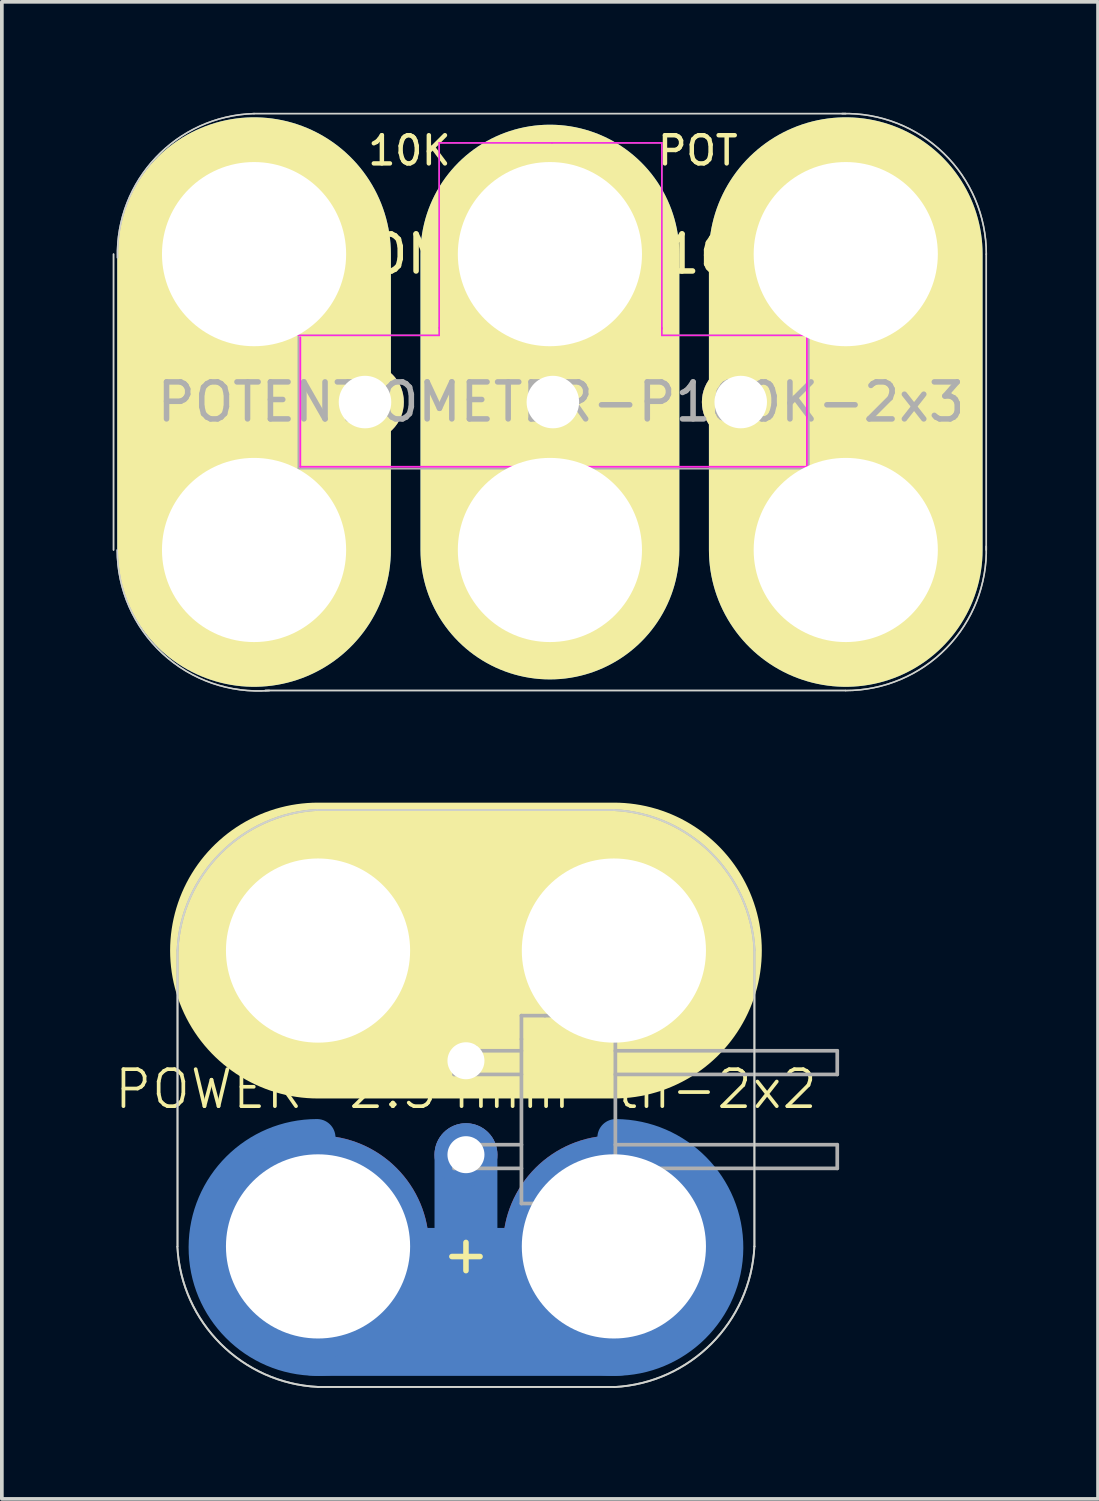
<source format=kicad_pcb>
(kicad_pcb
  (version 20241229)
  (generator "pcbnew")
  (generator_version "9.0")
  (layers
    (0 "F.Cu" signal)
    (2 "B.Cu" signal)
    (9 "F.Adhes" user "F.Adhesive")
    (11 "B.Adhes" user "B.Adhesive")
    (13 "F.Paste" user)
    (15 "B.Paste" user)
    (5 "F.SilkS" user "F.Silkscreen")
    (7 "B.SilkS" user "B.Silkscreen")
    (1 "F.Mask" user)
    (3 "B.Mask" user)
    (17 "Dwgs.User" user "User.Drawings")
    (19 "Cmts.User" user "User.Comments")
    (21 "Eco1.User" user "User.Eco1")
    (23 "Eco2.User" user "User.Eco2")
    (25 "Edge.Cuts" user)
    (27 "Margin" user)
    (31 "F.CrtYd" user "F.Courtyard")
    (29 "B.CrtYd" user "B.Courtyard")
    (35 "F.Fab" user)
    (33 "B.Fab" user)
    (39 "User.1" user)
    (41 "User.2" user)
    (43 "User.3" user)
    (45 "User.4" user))
  (footprint "POWER-2.54mm-th-2x2"
    (layer "F.Cu")
    (at 9.55 26.904)
    (property "Reference" "POWER-2.54mm-th-2x2" (at 0 -0.5 0) (unlocked yes) (layer "F.SilkS") (effects (font (size 1 1) (thickness 0.1))))
    (attr smd)
    (fp_line (start 0 -1.27) (end 0 -4.25) (stroke (width 1.7) (type default)) (layer "B.Cu"))
    (fp_line (start 0 1.27) (end 0 4.25) (stroke (width 1.7) (type default)) (layer "B.Cu"))
    (fp_line (start 3.988 5.25) (end -3.988 5.25) (stroke (width 4) (type solid)) (layer "B.Cu"))
    (fp_line (start 3.988 -5.75) (end -3.988 -5.75) (stroke (width 4) (type solid)) (layer "B.Cu"))
    (fp_arc (start -4.053492 -1.306291) (mid -6.120548 -6.388509) (end -1.056183 -4.278091) (stroke (width 1) (type solid)) (layer "B.Cu"))
    (fp_arc (start -1.056291 3.803491) (mid -6.138509 5.870548) (end -4.028091 0.806182) (stroke (width 1) (type solid)) (layer "B.Cu"))
    (fp_arc (start 1.05629 -4.247309) (mid 6.138508 -6.314365) (end 4.02809 -1.25) (stroke (width 1) (type solid)) (layer "B.Cu"))
    (fp_arc (start 4.053491 0.806289) (mid 6.120547 5.888509) (end 1.056182 3.778089) (stroke (width 1) (type solid)) (layer "B.Cu"))
    (fp_line (start 4.001 -5.75) (end -3.975 -5.75) (stroke (width 4) (type solid)) (layer "B.Mask"))
    (fp_line (start 4.255 5.223) (end -3.721 5.223) (stroke (width 4) (type solid)) (layer "B.Mask"))
    (fp_arc (start -4.0254 -1.3046) (mid -6.092457 -6.386818) (end -1.028091 -4.2764) (stroke (width 1) (type solid)) (layer "B.Mask"))
    (fp_arc (start -1.0536 3.7754) (mid -6.135818 5.842457) (end -4.0254 0.778091) (stroke (width 1) (type solid)) (layer "B.Mask"))
    (fp_arc (start 1.0292 -4.3018) (mid 6.111418 -6.368857) (end 4.001 -1.304491) (stroke (width 1) (type solid)) (layer "B.Mask"))
    (fp_arc (start 4.001 0.7782) (mid 6.068057 5.860418) (end 1.003691 3.75) (stroke (width 1) (type solid)) (layer "B.Mask"))
    (fp_line (start -4 -4.25) (end 4 -4.25) (stroke (width 8) (type solid)) (layer "F.SilkS"))
    (fp_line (start -1.5 -2.48) (end 1.5 -2.48) (stroke (width 0.15) (type solid)) (layer "F.SilkS"))
    (fp_line (start -7.8 -4.25) (end -7.8 3.75) (stroke (width 0.05) (type solid)) (layer "Edge.Cuts"))
    (fp_line (start -4 -8.05) (end 4 -8.05) (stroke (width 0.05) (type solid)) (layer "Edge.Cuts"))
    (fp_line (start -4 7.55) (end 4 7.55) (stroke (width 0.05) (type solid)) (layer "Edge.Cuts"))
    (fp_line (start 7.8 -4.25) (end 7.8 3.75) (stroke (width 0.05) (type solid)) (layer "Edge.Cuts"))
    (fp_arc (start -7.8 -4.25) (mid -6.636928 -6.881138) (end -4.009972 -8.053625) (stroke (width 0.05) (type solid)) (layer "Edge.Cuts"))
    (fp_arc (start -4 7.55) (mid -6.631138 6.386928) (end -7.803625 3.759972) (stroke (width 0.05) (type solid)) (layer "Edge.Cuts"))
    (fp_arc (start 4 -8.05) (mid 6.631138 -6.886928) (end 7.803625 -4.259972) (stroke (width 0.05) (type solid)) (layer "Edge.Cuts"))
    (fp_arc (start 7.8 3.75) (mid 6.636928 6.381138) (end 4.009972 7.553625) (stroke (width 0.05) (type solid)) (layer "Edge.Cuts"))
    (fp_line (start -7.8 -4.25) (end -7.8 3.75) (stroke (width 0.05) (type solid)) (layer "F.Fab"))
    (fp_line (start -4 -8.05) (end 4 -8.05) (stroke (width 0.05) (type solid)) (layer "F.Fab"))
    (fp_line (start -4 7.55) (end 4 7.55) (stroke (width 0.05) (type solid)) (layer "F.Fab"))
    (fp_line (start -0.32 -1.54) (end -0.32 -0.9) (stroke (width 0.1) (type solid)) (layer "F.Fab"))
    (fp_line (start -0.32 -1.54) (end 1.5 -1.54) (stroke (width 0.1) (type solid)) (layer "F.Fab"))
    (fp_line (start -0.32 -0.9) (end 1.5 -0.9) (stroke (width 0.1) (type solid)) (layer "F.Fab"))
    (fp_line (start -0.32 1) (end -0.32 1.64) (stroke (width 0.1) (type solid)) (layer "F.Fab"))
    (fp_line (start -0.32 1) (end 1.5 1) (stroke (width 0.1) (type solid)) (layer "F.Fab"))
    (fp_line (start -0.32 1.64) (end 1.5 1.64) (stroke (width 0.1) (type solid)) (layer "F.Fab"))
    (fp_line (start 0.25 -1) (end 0.25 -1.64) (stroke (width 0.1) (type solid)) (layer "F.Fab"))
    (fp_line (start 0.25 1.54) (end 0.25 0.9) (stroke (width 0.1) (type solid)) (layer "F.Fab"))
    (fp_line (start 1.5 -1.855) (end 1.5 -2.49) (stroke (width 0.1) (type default)) (layer "F.Fab"))
    (fp_line (start 1.5 2.59) (end 1.5 -1.855) (stroke (width 0.1) (type solid)) (layer "F.Fab"))
    (fp_line (start 1.5 2.59) (end 4.04 2.59) (stroke (width 0.1) (type default)) (layer "F.Fab"))
    (fp_line (start 2.135 -2.49) (end 1.5 -2.49) (stroke (width 0.1) (type default)) (layer "F.Fab"))
    (fp_line (start 2.135 -2.49) (end 4.04 -2.49) (stroke (width 0.1) (type solid)) (layer "F.Fab"))
    (fp_line (start 4.04 -2.49) (end 4.04 2.59) (stroke (width 0.1) (type solid)) (layer "F.Fab"))
    (fp_line (start 4.04 -1.54) (end 10.04 -1.54) (stroke (width 0.1) (type solid)) (layer "F.Fab"))
    (fp_line (start 4.04 -0.9) (end 10.04 -0.9) (stroke (width 0.1) (type solid)) (layer "F.Fab"))
    (fp_line (start 4.04 1) (end 10.04 1) (stroke (width 0.1) (type solid)) (layer "F.Fab"))
    (fp_line (start 4.04 1.64) (end 10.04 1.64) (stroke (width 0.1) (type solid)) (layer "F.Fab"))
    (fp_line (start 7.8 -4.25) (end 7.8 3.75) (stroke (width 0.05) (type solid)) (layer "F.Fab"))
    (fp_line (start 10.04 -1.54) (end 10.04 -0.9) (stroke (width 0.1) (type solid)) (layer "F.Fab"))
    (fp_line (start 10.04 1) (end 10.04 1.64) (stroke (width 0.1) (type solid)) (layer "F.Fab"))
    (fp_arc (start -7.8 -4.25) (mid -6.636928 -6.881138) (end -4.009972 -8.053625) (stroke (width 0.05) (type solid)) (layer "F.Fab"))
    (fp_arc (start -4 7.55) (mid -6.631138 6.386928) (end -7.803625 3.759972) (stroke (width 0.05) (type solid)) (layer "F.Fab"))
    (fp_arc (start 4 -8.05) (mid 6.631138 -6.886928) (end 7.803625 -4.259972) (stroke (width 0.05) (type solid)) (layer "F.Fab"))
    (fp_arc (start 7.8 3.75) (mid 6.636928 6.381138) (end 4.009972 7.553625) (stroke (width 0.05) (type solid)) (layer "F.Fab"))
    (fp_text user "+" (at 0 3.95 0) (layer "F.SilkS") (effects (font (size 1 1) (thickness 0.15))))
    (pad "+" thru_hole circle (at -4 3.75) (size 6 6) (drill 4.98) (layers "*.Cu" "F.Mask"))
    (pad "+" thru_hole circle (at 0 1.27 180) (size 1.7 1.7) (drill 1) (layers "*.Cu" "*.Mask"))
    (pad "+" thru_hole circle (at 4 3.75) (size 6 6) (drill 4.98) (layers "*.Cu" "F.Mask"))
    (pad "-" thru_hole circle (at -4 -4.25) (size 6 6) (drill 4.98) (layers "*.Cu" "F.Mask"))
    (pad "-" thru_hole rect (at 0 -1.27 180) (size 1.7 1.7) (drill 1) (layers "*.Cu" "*.Mask"))
    (pad "-" thru_hole circle (at 4 -4.25) (size 6 6) (drill 4.98) (layers "*.Cu" "F.Mask")))
  (footprint "POTENTIOMETER-P160K-2x3"
    (layer "F.Cu")
    (at 3.82 11.822)
    (property "Reference" "POTENTIOMETER-P160K-2x3" (at 8 -8 0) (layer "F.SilkS") (effects (font (size 1 1) (thickness 0.15))))
    (attr through_hole)
    (fp_line (start 0 -8) (end 0 0) (stroke (width 7.4) (type solid)) (layer "B.Cu"))
    (fp_line (start 8 -8) (end 8 0) (stroke (width 7) (type solid)) (layer "B.Cu"))
    (fp_line (start 16 -8) (end 16 0) (stroke (width 7.4) (type solid)) (layer "B.Cu"))
    (fp_line (start 0 -8) (end 0 0) (stroke (width 7.4) (type solid)) (layer "B.Mask"))
    (fp_line (start 8 -8) (end 8 0) (stroke (width 7) (type solid)) (layer "B.Mask"))
    (fp_line (start 16 -8) (end 16 0) (stroke (width 7.4) (type solid)) (layer "B.Mask"))
    (fp_line (start 0 -8) (end 0 0) (stroke (width 7.4) (type solid)) (layer "F.SilkS"))
    (fp_line (start 8 -8) (end 8 0) (stroke (width 7) (type solid)) (layer "F.SilkS"))
    (fp_line (start 16 -8) (end 16 0) (stroke (width 7.4) (type solid)) (layer "F.SilkS"))
    (fp_line (start -3.8 -8) (end -3.8 0) (stroke (width 0.041) (type solid)) (layer "Edge.Cuts"))
    (fp_line (start 16 -11.8) (end 0 -11.8) (stroke (width 0.041) (type solid)) (layer "Edge.Cuts"))
    (fp_line (start 16 3.8) (end 0.3 3.8) (stroke (width 0.041) (type solid)) (layer "Edge.Cuts"))
    (fp_line (start 19.8 -8) (end 19.8 0) (stroke (width 0.041) (type solid)) (layer "Edge.Cuts"))
    (fp_arc (start -3.693368 -7.90018) (mid -2.653367 -10.614068) (end 0 -11.8) (stroke (width 0.04064) (type solid)) (layer "Edge.Cuts"))
    (fp_arc (start 0.411824 3.8) (mid -2.475303 2.799424) (end -3.7 0) (stroke (width 0.04064) (type solid)) (layer "Edge.Cuts"))
    (fp_arc (start 15.9 -11.8) (mid 18.652345 -10.723062) (end 19.801316 -8) (stroke (width 0.04064) (type solid)) (layer "Edge.Cuts"))
    (fp_arc (start 19.8 -0.1) (mid 18.723062 2.652345) (end 16 3.801316) (stroke (width 0.04064) (type solid)) (layer "Edge.Cuts"))
    (fp_line (start 1.197 -5.803) (end 5.007 -5.803) (stroke (width 0.041) (type solid)) (layer "F.CrtYd"))
    (fp_line (start 1.25 -2.25) (end 1.25 -5.75) (stroke (width 0.05) (type solid)) (layer "F.CrtYd"))
    (fp_line (start 1.25 -2.25) (end 14.95 -2.25) (stroke (width 0.05) (type solid)) (layer "F.CrtYd"))
    (fp_line (start 5.007 -11.01) (end 5.007 -6.007) (stroke (width 0.041) (type solid)) (layer "F.CrtYd"))
    (fp_line (start 5.007 -5.803) (end 5.007 -6.007) (stroke (width 0.041) (type solid)) (layer "F.CrtYd"))
    (fp_line (start 8.055 -11.01) (end 5.007 -11.01) (stroke (width 0.041) (type solid)) (layer "F.CrtYd"))
    (fp_line (start 11.026 -11.01) (end 8.055 -11.01) (stroke (width 0.041) (type solid)) (layer "F.CrtYd"))
    (fp_line (start 11.026 -5.981) (end 11.026 -11.01) (stroke (width 0.041) (type solid)) (layer "F.CrtYd"))
    (fp_line (start 11.026 -5.803) (end 11.026 -6.007) (stroke (width 0.041) (type solid)) (layer "F.CrtYd"))
    (fp_line (start 14.95 -2.25) (end 14.95 -5.75) (stroke (width 0.05) (type solid)) (layer "F.CrtYd"))
    (fp_line (start 14.989 -5.803) (end 11.026 -5.803) (stroke (width 0.041) (type solid)) (layer "F.CrtYd"))
    (fp_line (start -3.8 -8) (end -3.8 0) (stroke (width 0.041) (type solid)) (layer "F.Fab"))
    (fp_line (start 1.197 -5.803) (end 5.007 -5.803) (stroke (width 0.041) (type solid)) (layer "F.Fab"))
    (fp_line (start 1.2 -5.8) (end 1.2 -2.2) (stroke (width 0.051) (type solid)) (layer "F.Fab"))
    (fp_line (start 1.2 -2.2) (end 15 -2.2) (stroke (width 0.051) (type solid)) (layer "F.Fab"))
    (fp_line (start 5.007 -11.01) (end 5.007 -6.007) (stroke (width 0.041) (type solid)) (layer "F.Fab"))
    (fp_line (start 5.007 -5.803) (end 5.007 -6.007) (stroke (width 0.041) (type solid)) (layer "F.Fab"))
    (fp_line (start 8.055 -11.01) (end 5.007 -11.01) (stroke (width 0.041) (type solid)) (layer "F.Fab"))
    (fp_line (start 11.026 -11.01) (end 8.055 -11.01) (stroke (width 0.041) (type solid)) (layer "F.Fab"))
    (fp_line (start 11.026 -5.981) (end 11.026 -11.01) (stroke (width 0.041) (type solid)) (layer "F.Fab"))
    (fp_line (start 11.026 -5.803) (end 11.026 -6.007) (stroke (width 0.041) (type solid)) (layer "F.Fab"))
    (fp_line (start 14.989 -5.803) (end 11.026 -5.803) (stroke (width 0.041) (type solid)) (layer "F.Fab"))
    (fp_line (start 15 -2.2) (end 15 -5.8) (stroke (width 0.051) (type solid)) (layer "F.Fab"))
    (fp_line (start 16 -11.8) (end 0 -11.8) (stroke (width 0.041) (type solid)) (layer "F.Fab"))
    (fp_line (start 16 3.8) (end 0.3 3.8) (stroke (width 0.041) (type solid)) (layer "F.Fab"))
    (fp_line (start 19.8 -8) (end 19.8 0) (stroke (width 0.041) (type solid)) (layer "F.Fab"))
    (fp_arc (start -3.693368 -7.90018) (mid -2.653367 -10.614068) (end 0 -11.8) (stroke (width 0.04064) (type solid)) (layer "F.Fab"))
    (fp_arc (start 0.411824 3.8) (mid -2.475303 2.799424) (end -3.7 0) (stroke (width 0.04064) (type solid)) (layer "F.Fab"))
    (fp_arc (start 15.9 -11.8) (mid 18.652345 -10.723062) (end 19.801316 -8) (stroke (width 0.04064) (type solid)) (layer "F.Fab"))
    (fp_arc (start 19.8 -0.1) (mid 18.723062 2.652345) (end 16 3.801316) (stroke (width 0.04064) (type solid)) (layer "F.Fab"))
    (fp_circle (center 3 -4) (end 3.2 -4.1) (stroke (width 0.254) (type solid)) (fill no) (layer "F.Fab"))
    (fp_text user "POT" (at 12 -10.8 0) (layer "F.SilkS") (effects (font (size 0.762 0.762) (thickness 0.12))))
    (fp_text user "10K" (at 4.2 -10.8 0) (layer "F.SilkS") (effects (font (size 0.762 0.762) (thickness 0.12))))
    (fp_text user "${REFERENCE}" (at 8.3 -4 0) (layer "F.Fab") (effects (font (size 1 1) (thickness 0.15))))
    (pad "+" thru_hole circle (at 0 -8) (size 6 6) (drill 4.98) (layers "*.Cu" "*.Mask" "F.SilkS"))
    (pad "+" thru_hole circle (at 0 0) (size 6 6) (drill 4.98) (layers "*.Cu" "*.Mask" "F.SilkS"))
    (pad "+" thru_hole circle (at 8 -8) (size 6 6) (drill 4.98) (layers "*.Cu" "*.Mask" "F.SilkS"))
    (pad "+" thru_hole circle (at 8 0) (size 6 6) (drill 4.98) (layers "*.Cu" "*.Mask" "F.SilkS"))
    (pad "-" thru_hole circle (at 16 -8) (size 6 6) (drill 4.98) (layers "*.Cu" "*.Mask" "F.SilkS"))
    (pad "-" thru_hole circle (at 16 0) (size 6 6) (drill 4.98) (layers "*.Cu" "*.Mask" "F.SilkS"))
    (pad "1" thru_hole circle (at 3 -4 90) (size 2.1 2.1) (drill 1.42) (layers "*.Cu" "*.Mask" "F.SilkS"))
    (pad "2" thru_hole circle (at 8.08 -4 90) (size 2.1 2.1) (drill 1.42) (layers "*.Cu" "*.Mask" "F.SilkS"))
    (pad "3" thru_hole circle (at 13.16 -4 90) (size 2.1 2.1) (drill 1.42) (layers "*.Cu" "*.Mask" "F.SilkS")))
  (gr_rect
    (start -3 -3)
    (end 26.642 37.482)
    (stroke (width 0.1) (type default))
    (fill no)
    (layer "Edge.Cuts")))
</source>
